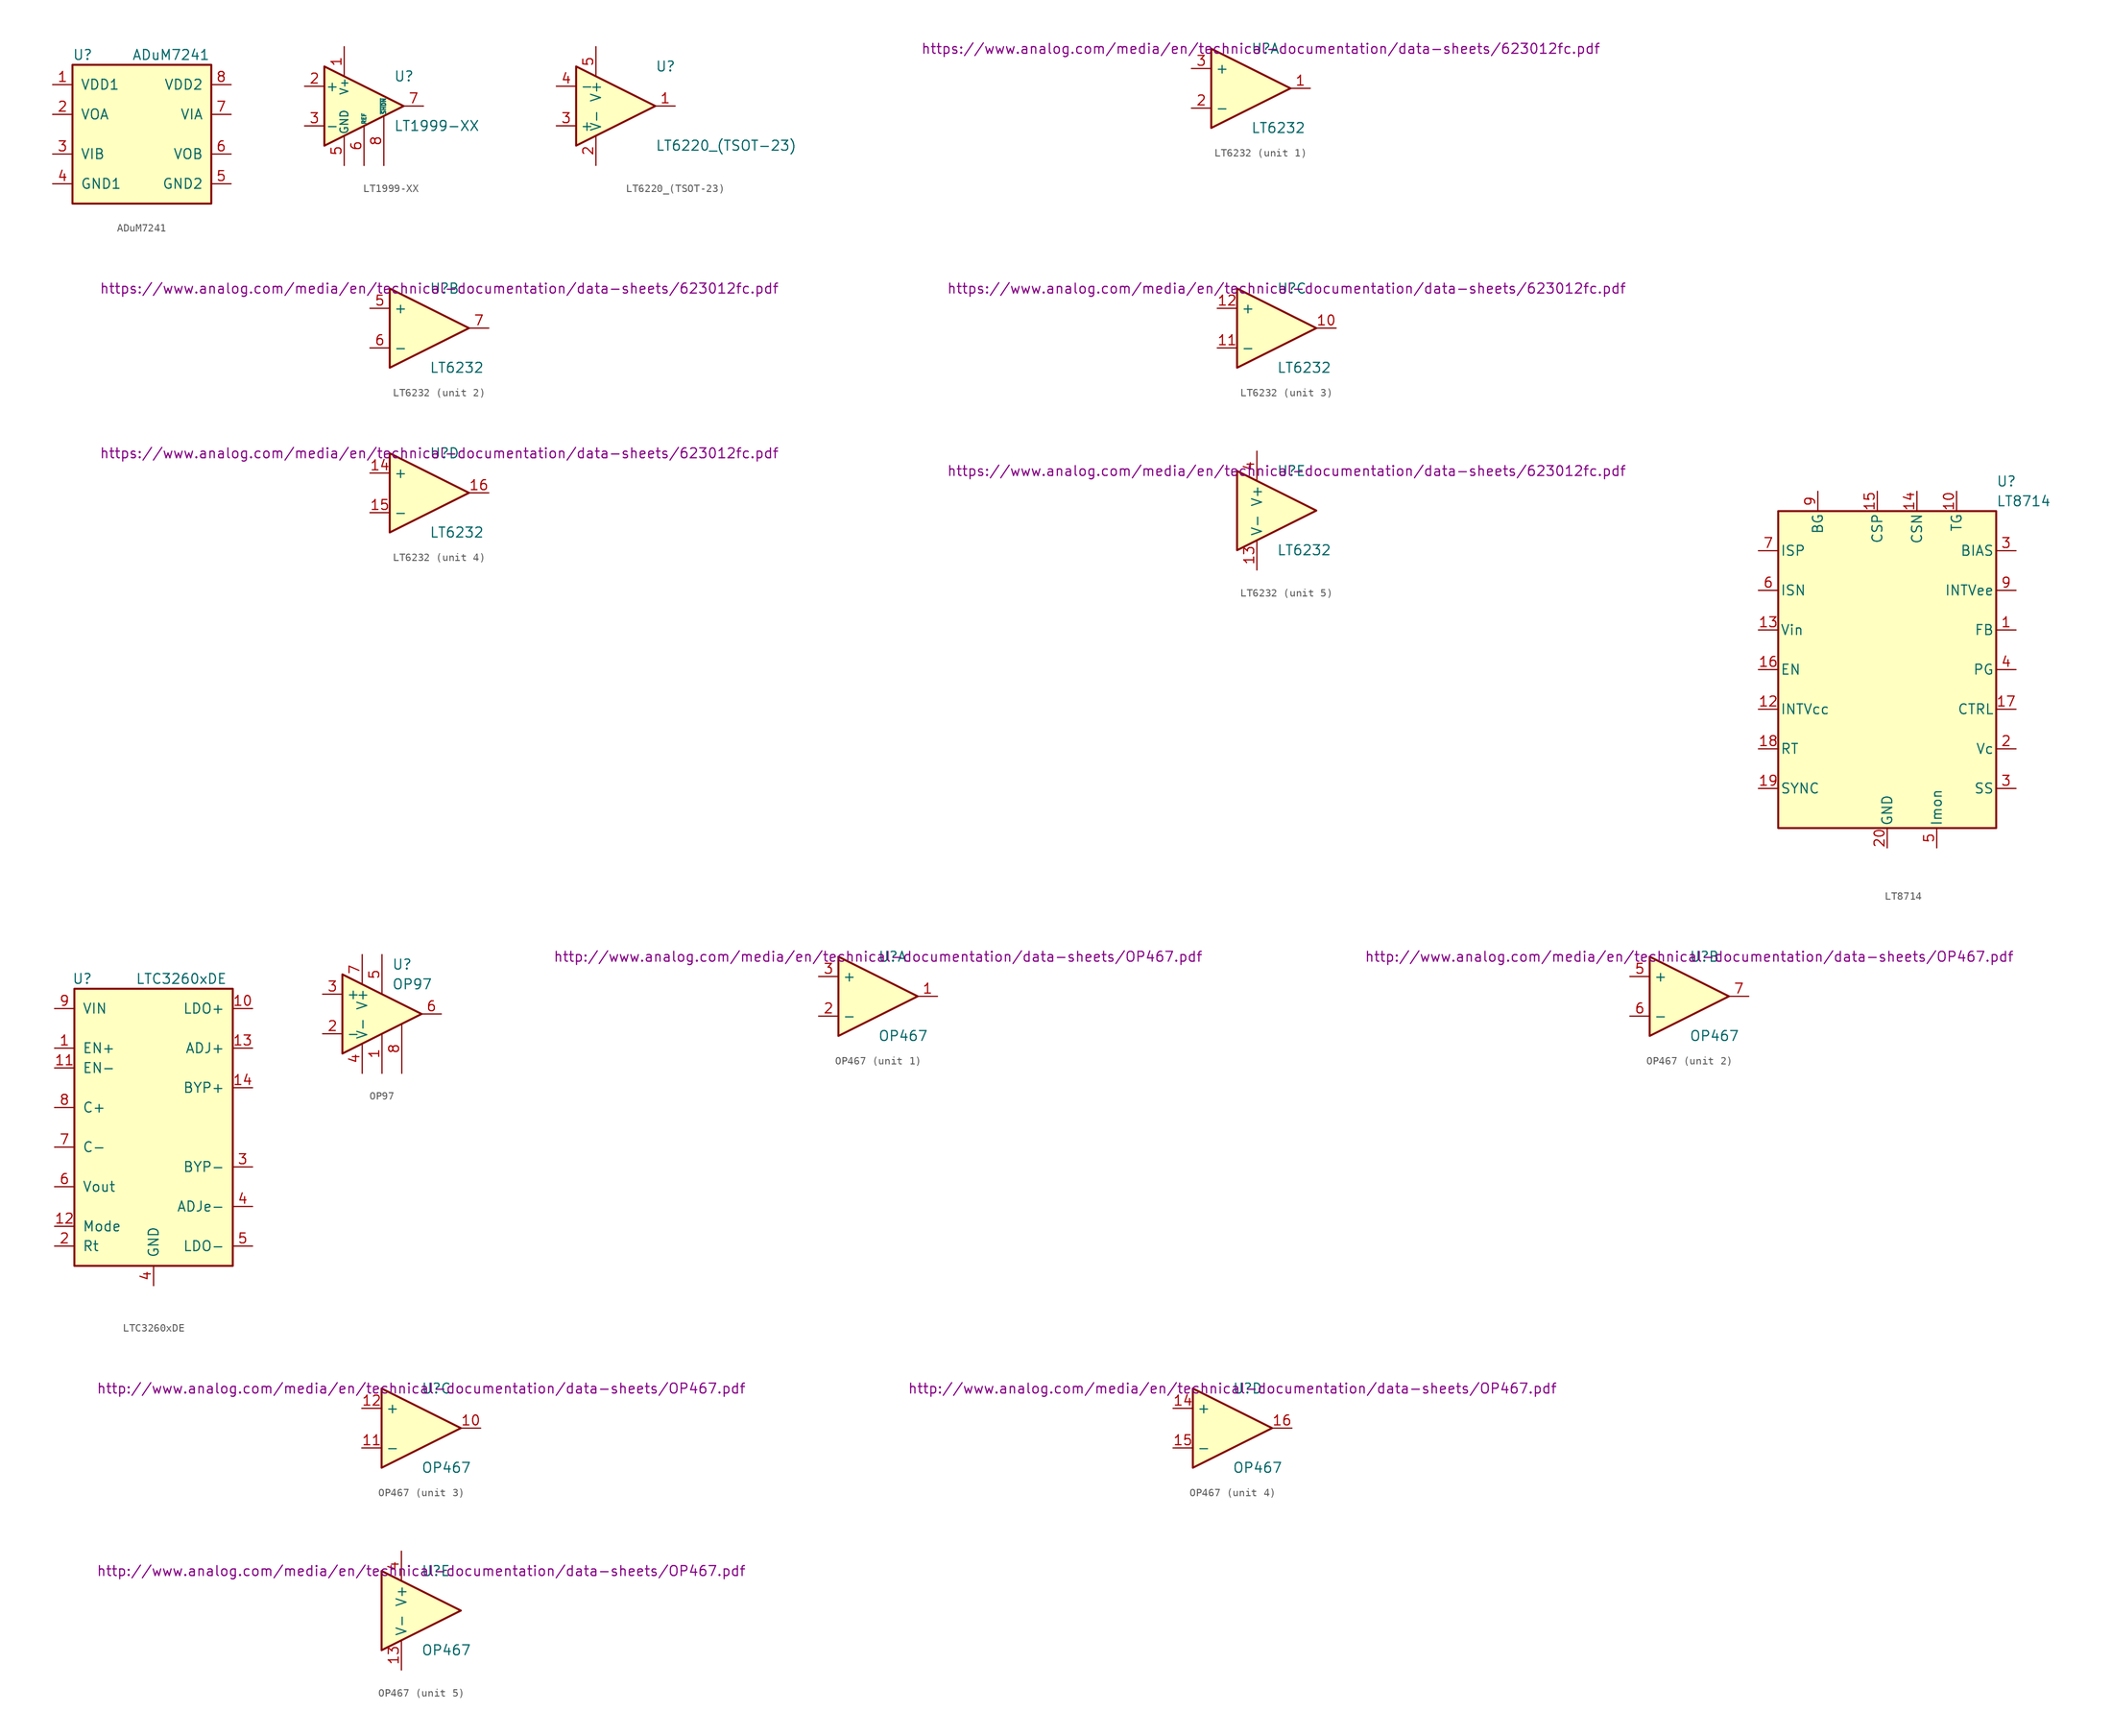
<source format=kicad_sym>
(kicad_symbol_lib
  (version 20231120)
  (generator "kicad_symbol_editor")
  (generator_version "8.0")
  (symbol "ADuM7241"
    (pin_names
      (offset 1.016))
    (property "Reference" "U"
      (at -8.89 10.16 0)
      (effects (font (size 1.27 1.27)) (justify left)))
    (property "Value" "ADuM7241"
      (at -1.27 10.16 0)
      (effects (font (size 1.27 1.27)) (justify left)))
    (symbol "ADuM7241_0_1"
      (rectangle (start -8.89 8.89) (end 8.89 -8.89) (stroke (width 0.254) (type solid)) (fill (type background))))
    (symbol "ADuM7241_1_1"
      (pin power_in line (at -11.43 6.35 0) (length 2.54) (name "VDD1" (effects (font (size 1.27 1.27)))) (number "1" (effects (font (size 1.27 1.27)))))
      (pin output line (at -11.43 2.54 0) (length 2.54) (name "VOA" (effects (font (size 1.27 1.27)))) (number "2" (effects (font (size 1.27 1.27)))))
      (pin input line (at -11.43 -2.54 0) (length 2.54) (name "VIB" (effects (font (size 1.27 1.27)))) (number "3" (effects (font (size 1.27 1.27)))))
      (pin power_in line (at -11.43 -6.35 0) (length 2.54) (name "GND1" (effects (font (size 1.27 1.27)))) (number "4" (effects (font (size 1.27 1.27)))))
      (pin power_in line (at 11.43 -6.35 180) (length 2.54) (name "GND2" (effects (font (size 1.27 1.27)))) (number "5" (effects (font (size 1.27 1.27)))))
      (pin output line (at 11.43 -2.54 180) (length 2.54) (name "VOB" (effects (font (size 1.27 1.27)))) (number "6" (effects (font (size 1.27 1.27)))))
      (pin input line (at 11.43 2.54 180) (length 2.54) (name "VIA" (effects (font (size 1.27 1.27)))) (number "7" (effects (font (size 1.27 1.27)))))
      (pin power_in line (at 11.43 6.35 180) (length 2.54) (name "VDD2" (effects (font (size 1.27 1.27)))) (number "8" (effects (font (size 1.27 1.27)))))))
  (symbol "LT1999-XX"
    (pin_names
      (offset 0.127))
    (property "Reference" "U"
      (at 3.81 3.81 0)
      (effects (font (size 1.27 1.27)) (justify left)))
    (property "Value" "LT1999-XX"
      (at 3.81 -2.54 0)
      (effects (font (size 1.27 1.27)) (justify left)))
    (symbol "LT1999-XX_0_1"
      (polyline (pts (xy 5.08 0) (xy -5.08 5.08) (xy -5.08 -5.08) (xy 5.08 0)) (stroke (width 0.254) (type solid)) (fill (type background))))
    (symbol "LT1999-XX_1_1"
      (pin power_in line (at -2.54 7.62 270) (length 3.81) (name "V+" (effects (font (size 1.016 1.016)))) (number "1" (effects (font (size 1.27 1.27)))))
      (pin input line (at -7.62 2.54 0) (length 2.54) (name "+" (effects (font (size 1.27 1.27)))) (number "2" (effects (font (size 1.27 1.27)))))
      (pin input line (at -7.62 -2.54 0) (length 2.54) (name "-" (effects (font (size 1.27 1.27)))) (number "3" (effects (font (size 1.27 1.27)))))
      (pin passive line (at -2.54 7.62 270) (length 3.81) hide (name "V+" (effects (font (size 1.016 1.016)))) (number "4" (effects (font (size 1.27 1.27)))))
      (pin power_in line (at -2.54 -7.62 90) (length 3.81) (name "GND" (effects (font (size 1.016 1.016)))) (number "5" (effects (font (size 1.27 1.27)))))
      (pin passive line (at 0 -7.62 90) (length 5.08) (name "REF" (effects (font (size 0.508 0.508)))) (number "6" (effects (font (size 1.27 1.27)))))
      (pin output line (at 7.62 0 180) (length 2.54) (name "~" (effects (font (size 1.27 1.27)))) (number "7" (effects (font (size 1.27 1.27)))))
      (pin passive line (at 2.54 -7.62 90) (length 6.35) (name "~{SHDN}" (effects (font (size 0.508 0.508)))) (number "8" (effects (font (size 1.27 1.27)))))))
  (symbol "LT6220_(TSOT-23)"
    (property "Reference" "U"
      (at 5.08 5.08 0)
      (effects (font (size 1.27 1.27)) (justify left)))
    (property "Value" "LT6220_(TSOT-23)"
      (at 5.08 -5.08 0)
      (effects (font (size 1.27 1.27)) (justify left)))
    (symbol "LT6220_(TSOT-23)_0_1"
      (polyline (pts (xy -5.08 5.08) (xy 5.08 0) (xy -5.08 -5.08) (xy -5.08 5.08)) (stroke (width 0.254) (type solid)) (fill (type background)))
      (pin power_in line (at -2.54 -7.62 90) (length 3.81) (name "V-" (effects (font (size 1.27 1.27)))) (number "2" (effects (font (size 1.27 1.27)))))
      (pin power_in line (at -2.54 7.62 270) (length 3.81) (name "V+" (effects (font (size 1.27 1.27)))) (number "5" (effects (font (size 1.27 1.27))))))
    (symbol "LT6220_(TSOT-23)_1_1"
      (pin output line (at 7.62 0 180) (length 2.54) (name "~" (effects (font (size 1.27 1.27)))) (number "1" (effects (font (size 1.27 1.27)))))
      (pin input line (at -7.62 -2.54 0) (length 2.54) (name "+" (effects (font (size 1.27 1.27)))) (number "3" (effects (font (size 1.27 1.27)))))
      (pin input line (at -7.62 2.54 0) (length 2.54) (name "-" (effects (font (size 1.27 1.27)))) (number "4" (effects (font (size 1.27 1.27)))))))
  (symbol "LT6232"
    (property "Reference" "U"
      (at 0 5.08 0)
      (effects (font (size 1.27 1.27)) (justify left)))
    (property "Value" "LT6232"
      (at 0 -5.08 0)
      (effects (font (size 1.27 1.27)) (justify left)))
    (property "Footprint" ""
      (at -1.27 2.54 0)
      (effects (font (size 1.27 1.27))))
    (property "Datasheet" "https://www.analog.com/media/en/technical-documentation/data-sheets/623012fc.pdf"
      (at 1.27 5.08 0)
      (effects (font (size 1.27 1.27))))
    (property "ki_locked" ""
      (at 0 0 0)
      (effects (font (size 1.27 1.27))))
    (symbol "LT6232_0_1"
      (polyline (pts (xy -5.08 5.08) (xy 5.08 0) (xy -5.08 -5.08) (xy -5.08 5.08)) (stroke (width 0.254) (type solid)) (fill (type background))))
    (symbol "LT6232_1_1"
      (pin output line (at 7.62 0 180) (length 2.54) (name "~" (effects (font (size 1.27 1.27)))) (number "1" (effects (font (size 1.27 1.27)))))
      (pin input line (at -7.62 -2.54 0) (length 2.54) (name "-" (effects (font (size 1.27 1.27)))) (number "2" (effects (font (size 1.27 1.27)))))
      (pin input line (at -7.62 2.54 0) (length 2.54) (name "+" (effects (font (size 1.27 1.27)))) (number "3" (effects (font (size 1.27 1.27))))))
    (symbol "LT6232_2_1"
      (pin input line (at -7.62 2.54 0) (length 2.54) (name "+" (effects (font (size 1.27 1.27)))) (number "5" (effects (font (size 1.27 1.27)))))
      (pin input line (at -7.62 -2.54 0) (length 2.54) (name "-" (effects (font (size 1.27 1.27)))) (number "6" (effects (font (size 1.27 1.27)))))
      (pin output line (at 7.62 0 180) (length 2.54) (name "~" (effects (font (size 1.27 1.27)))) (number "7" (effects (font (size 1.27 1.27))))))
    (symbol "LT6232_3_1"
      (pin output line (at 7.62 0 180) (length 2.54) (name "~" (effects (font (size 1.27 1.27)))) (number "10" (effects (font (size 1.27 1.27)))))
      (pin input line (at -7.62 -2.54 0) (length 2.54) (name "-" (effects (font (size 1.27 1.27)))) (number "11" (effects (font (size 1.27 1.27)))))
      (pin input line (at -7.62 2.54 0) (length 2.54) (name "+" (effects (font (size 1.27 1.27)))) (number "12" (effects (font (size 1.27 1.27))))))
    (symbol "LT6232_4_1"
      (pin input line (at -7.62 2.54 0) (length 2.54) (name "+" (effects (font (size 1.27 1.27)))) (number "14" (effects (font (size 1.27 1.27)))))
      (pin input line (at -7.62 -2.54 0) (length 2.54) (name "-" (effects (font (size 1.27 1.27)))) (number "15" (effects (font (size 1.27 1.27)))))
      (pin output line (at 7.62 0 180) (length 2.54) (name "~" (effects (font (size 1.27 1.27)))) (number "16" (effects (font (size 1.27 1.27))))))
    (symbol "LT6232_5_1"
      (pin power_in line (at -2.54 -7.62 90) (length 3.81) (name "V-" (effects (font (size 1.27 1.27)))) (number "13" (effects (font (size 1.27 1.27)))))
      (pin power_in line (at -2.54 7.62 270) (length 3.81) (name "V+" (effects (font (size 1.27 1.27)))) (number "4" (effects (font (size 1.27 1.27)))))
      (pin no_connect line (at 0 -6.35 90) (length 3.81) hide (name "~" (effects (font (size 1.27 1.27)))) (number "8" (effects (font (size 1.27 1.27)))))
      (pin no_connect line (at 0 6.35 270) (length 3.81) hide (name "~" (effects (font (size 1.27 1.27)))) (number "9" (effects (font (size 1.27 1.27)))))))
  (symbol "LT8714"
    (pin_names
      (offset 0.254))
    (property "Reference" "U"
      (at 13.97 24.13 0)
      (effects (font (size 1.27 1.27)) (justify left)))
    (property "Value" "LT8714"
      (at 13.97 21.59 0)
      (effects (font (size 1.27 1.27)) (justify left)))
    (symbol "LT8714_0_1"
      (rectangle (start -13.97 20.32) (end 13.97 -20.32) (stroke (width 0.254) (type solid)) (fill (type background))))
    (symbol "LT8714_1_1"
      (pin input line (at 16.51 5.08 180) (length 2.54) (name "FB" (effects (font (size 1.27 1.27)))) (number "1" (effects (font (size 1.27 1.27)))))
      (pin output line (at 8.89 22.86 270) (length 2.54) (name "TG" (effects (font (size 1.27 1.27)))) (number "10" (effects (font (size 1.27 1.27)))))
      (pin power_in line (at -16.51 -5.08 0) (length 2.54) (name "INTVcc" (effects (font (size 1.27 1.27)))) (number "12" (effects (font (size 1.27 1.27)))))
      (pin power_in line (at -16.51 5.08 0) (length 2.54) (name "Vin" (effects (font (size 1.27 1.27)))) (number "13" (effects (font (size 1.27 1.27)))))
      (pin input line (at 3.81 22.86 270) (length 2.54) (name "CSN" (effects (font (size 1.27 1.27)))) (number "14" (effects (font (size 1.27 1.27)))))
      (pin input line (at -1.27 22.86 270) (length 2.54) (name "CSP" (effects (font (size 1.27 1.27)))) (number "15" (effects (font (size 1.27 1.27)))))
      (pin passive line (at -16.51 0 0) (length 2.54) (name "EN" (effects (font (size 1.27 1.27)))) (number "16" (effects (font (size 1.27 1.27)))))
      (pin input line (at 16.51 -5.08 180) (length 2.54) (name "CTRL" (effects (font (size 1.27 1.27)))) (number "17" (effects (font (size 1.27 1.27)))))
      (pin passive line (at -16.51 -10.16 0) (length 2.54) (name "RT" (effects (font (size 1.27 1.27)))) (number "18" (effects (font (size 1.27 1.27)))))
      (pin input line (at -16.51 -15.24 0) (length 2.54) (name "SYNC" (effects (font (size 1.27 1.27)))) (number "19" (effects (font (size 1.27 1.27)))))
      (pin bidirectional line (at 16.51 -10.16 180) (length 2.54) (name "Vc" (effects (font (size 1.27 1.27)))) (number "2" (effects (font (size 1.27 1.27)))))
      (pin power_in line (at 0 -22.86 90) (length 2.54) (name "GND" (effects (font (size 1.27 1.27)))) (number "20" (effects (font (size 1.27 1.27)))))
      (pin passive line (at 0 -22.86 90) (length 2.54) hide (name "GND" (effects (font (size 1.27 1.27)))) (number "21" (effects (font (size 1.27 1.27)))))
      (pin power_in line (at 16.51 15.24 180) (length 2.54) (name "BIAS" (effects (font (size 1.27 1.27)))) (number "3" (effects (font (size 1.27 1.27)))))
      (pin passive line (at 16.51 -15.24 180) (length 2.54) (name "SS" (effects (font (size 1.27 1.27)))) (number "3" (effects (font (size 1.27 1.27)))))
      (pin open_collector line (at 16.51 0 180) (length 2.54) (name "PG" (effects (font (size 1.27 1.27)))) (number "4" (effects (font (size 1.27 1.27)))))
      (pin bidirectional line (at 6.35 -22.86 90) (length 2.54) (name "Imon" (effects (font (size 1.27 1.27)))) (number "5" (effects (font (size 1.27 1.27)))))
      (pin input line (at -16.51 10.16 0) (length 2.54) (name "ISN" (effects (font (size 1.27 1.27)))) (number "6" (effects (font (size 1.27 1.27)))))
      (pin input line (at -16.51 15.24 0) (length 2.54) (name "ISP" (effects (font (size 1.27 1.27)))) (number "7" (effects (font (size 1.27 1.27)))))
      (pin output line (at -8.89 22.86 270) (length 2.54) (name "BG" (effects (font (size 1.27 1.27)))) (number "9" (effects (font (size 1.27 1.27)))))
      (pin power_in line (at 16.51 10.16 180) (length 2.54) (name "INTVee" (effects (font (size 1.27 1.27)))) (number "9" (effects (font (size 1.27 1.27)))))))
  (symbol "LTC3260xDE"
    (pin_names
      (offset 1.016))
    (property "Reference" "U"
      (at -9.144 19.05 0)
      (effects (font (size 1.27 1.27))))
    (property "Value" "LTC3260xDE"
      (at 3.556 19.05 0)
      (effects (font (size 1.27 1.27))))
    (symbol "LTC3260xDE_0_1"
      (rectangle (start -10.16 17.78) (end 10.16 -17.78) (stroke (width 0.254) (type solid)) (fill (type background))))
    (symbol "LTC3260xDE_1_1"
      (pin input line (at -12.7 10.16 0) (length 2.54) (name "EN+" (effects (font (size 1.27 1.27)))) (number "1" (effects (font (size 1.27 1.27)))))
      (pin power_out line (at 12.7 15.24 180) (length 2.54) (name "LDO+" (effects (font (size 1.27 1.27)))) (number "10" (effects (font (size 1.27 1.27)))))
      (pin input line (at -12.7 7.62 0) (length 2.54) (name "EN-" (effects (font (size 1.27 1.27)))) (number "11" (effects (font (size 1.27 1.27)))))
      (pin input line (at -12.7 -12.7 0) (length 2.54) (name "Mode" (effects (font (size 1.27 1.27)))) (number "12" (effects (font (size 1.27 1.27)))))
      (pin input line (at 12.7 10.16 180) (length 2.54) (name "ADJ+" (effects (font (size 1.27 1.27)))) (number "13" (effects (font (size 1.27 1.27)))))
      (pin passive line (at 12.7 5.08 180) (length 2.54) (name "BYP+" (effects (font (size 1.27 1.27)))) (number "14" (effects (font (size 1.27 1.27)))))
      (pin passive line (at -12.7 -15.24 0) (length 2.54) (name "Rt" (effects (font (size 1.27 1.27)))) (number "2" (effects (font (size 1.27 1.27)))))
      (pin passive line (at 12.7 -5.08 180) (length 2.54) (name "BYP-" (effects (font (size 1.27 1.27)))) (number "3" (effects (font (size 1.27 1.27)))))
      (pin input line (at 12.7 -10.16 180) (length 2.54) (name "ADJe-" (effects (font (size 1.27 1.27)))) (number "4" (effects (font (size 1.27 1.27)))))
      (pin power_in line (at 0 -20.32 90) (length 2.54) (name "GND" (effects (font (size 1.27 1.27)))) (number "4" (effects (font (size 1.27 1.27)))))
      (pin power_out line (at 12.7 -15.24 180) (length 2.54) (name "LDO-" (effects (font (size 1.27 1.27)))) (number "5" (effects (font (size 1.27 1.27)))))
      (pin power_out line (at -12.7 -7.62 0) (length 2.54) (name "Vout" (effects (font (size 1.27 1.27)))) (number "6" (effects (font (size 1.27 1.27)))))
      (pin passive line (at -12.7 -2.54 0) (length 2.54) (name "C-" (effects (font (size 1.27 1.27)))) (number "7" (effects (font (size 1.27 1.27)))))
      (pin passive line (at -12.7 2.54 0) (length 2.54) (name "C+" (effects (font (size 1.27 1.27)))) (number "8" (effects (font (size 1.27 1.27)))))
      (pin power_in line (at -12.7 15.24 0) (length 2.54) (name "VIN" (effects (font (size 1.27 1.27)))) (number "9" (effects (font (size 1.27 1.27)))))))
  (symbol "OP97"
    (property "Reference" "U"
      (at 1.27 6.35 0)
      (effects (font (size 1.27 1.27)) (justify left)))
    (property "Value" "OP97"
      (at 1.27 3.81 0)
      (effects (font (size 1.27 1.27)) (justify left)))
    (symbol "OP97_0_1"
      (polyline (pts (xy -5.08 5.08) (xy 5.08 0) (xy -5.08 -5.08) (xy -5.08 5.08)) (stroke (width 0.254) (type solid)) (fill (type background))))
    (symbol "OP97_1_1"
      (pin input line (at 0 -7.62 90) (length 5.08) (name "~" (effects (font (size 1.27 1.27)))) (number "1" (effects (font (size 1.27 1.27)))))
      (pin input line (at -7.62 -2.54 0) (length 2.54) (name "-" (effects (font (size 1.27 1.27)))) (number "2" (effects (font (size 1.27 1.27)))))
      (pin input line (at -7.62 2.54 0) (length 2.54) (name "+" (effects (font (size 1.27 1.27)))) (number "3" (effects (font (size 1.27 1.27)))))
      (pin power_in line (at -2.54 -7.62 90) (length 3.81) (name "V-" (effects (font (size 1.27 1.27)))) (number "4" (effects (font (size 1.27 1.27)))))
      (pin input line (at 0 7.62 270) (length 5.08) (name "~" (effects (font (size 1.27 1.27)))) (number "5" (effects (font (size 1.27 1.27)))))
      (pin output line (at 7.62 0 180) (length 2.54) (name "~" (effects (font (size 1.27 1.27)))) (number "6" (effects (font (size 1.27 1.27)))))
      (pin power_in line (at -2.54 7.62 270) (length 3.81) (name "V+" (effects (font (size 1.27 1.27)))) (number "7" (effects (font (size 1.27 1.27)))))
      (pin input line (at 2.54 -7.62 90) (length 6.35) (name "~" (effects (font (size 1.27 1.27)))) (number "8" (effects (font (size 1.27 1.27)))))))
  (symbol "OP467"
    (property "Reference" "U"
      (at 0 5.08 0)
      (effects (font (size 1.27 1.27)) (justify left)))
    (property "Value" "OP467"
      (at 0 -5.08 0)
      (effects (font (size 1.27 1.27)) (justify left)))
    (property "Datasheet" "http://www.analog.com/media/en/technical-documentation/data-sheets/OP467.pdf"
      (at 0 5.08 0)
      (effects (font (size 1.27 1.27))))
    (property "ki_locked" ""
      (at 0 0 0)
      (effects (font (size 1.27 1.27))))
    (symbol "OP467_0_1"
      (polyline (pts (xy -5.08 5.08) (xy 5.08 0) (xy -5.08 -5.08) (xy -5.08 5.08)) (stroke (width 0.254) (type solid)) (fill (type background))))
    (symbol "OP467_1_1"
      (pin output line (at 7.62 0 180) (length 2.54) (name "~" (effects (font (size 1.27 1.27)))) (number "1" (effects (font (size 1.27 1.27)))))
      (pin input line (at -7.62 -2.54 0) (length 2.54) (name "-" (effects (font (size 1.27 1.27)))) (number "2" (effects (font (size 1.27 1.27)))))
      (pin input line (at -7.62 2.54 0) (length 2.54) (name "+" (effects (font (size 1.27 1.27)))) (number "3" (effects (font (size 1.27 1.27))))))
    (symbol "OP467_2_1"
      (pin input line (at -7.62 2.54 0) (length 2.54) (name "+" (effects (font (size 1.27 1.27)))) (number "5" (effects (font (size 1.27 1.27)))))
      (pin input line (at -7.62 -2.54 0) (length 2.54) (name "-" (effects (font (size 1.27 1.27)))) (number "6" (effects (font (size 1.27 1.27)))))
      (pin output line (at 7.62 0 180) (length 2.54) (name "~" (effects (font (size 1.27 1.27)))) (number "7" (effects (font (size 1.27 1.27))))))
    (symbol "OP467_3_1"
      (pin output line (at 7.62 0 180) (length 2.54) (name "~" (effects (font (size 1.27 1.27)))) (number "10" (effects (font (size 1.27 1.27)))))
      (pin input line (at -7.62 -2.54 0) (length 2.54) (name "-" (effects (font (size 1.27 1.27)))) (number "11" (effects (font (size 1.27 1.27)))))
      (pin input line (at -7.62 2.54 0) (length 2.54) (name "+" (effects (font (size 1.27 1.27)))) (number "12" (effects (font (size 1.27 1.27))))))
    (symbol "OP467_4_1"
      (pin input line (at -7.62 2.54 0) (length 2.54) (name "+" (effects (font (size 1.27 1.27)))) (number "14" (effects (font (size 1.27 1.27)))))
      (pin input line (at -7.62 -2.54 0) (length 2.54) (name "-" (effects (font (size 1.27 1.27)))) (number "15" (effects (font (size 1.27 1.27)))))
      (pin output line (at 7.62 0 180) (length 2.54) (name "~" (effects (font (size 1.27 1.27)))) (number "16" (effects (font (size 1.27 1.27))))))
    (symbol "OP467_5_1"
      (pin power_in line (at -2.54 -7.62 90) (length 3.81) (name "V-" (effects (font (size 1.27 1.27)))) (number "13" (effects (font (size 1.27 1.27)))))
      (pin power_in line (at -2.54 7.62 270) (length 3.81) (name "V+" (effects (font (size 1.27 1.27)))) (number "4" (effects (font (size 1.27 1.27))))))))
</source>
